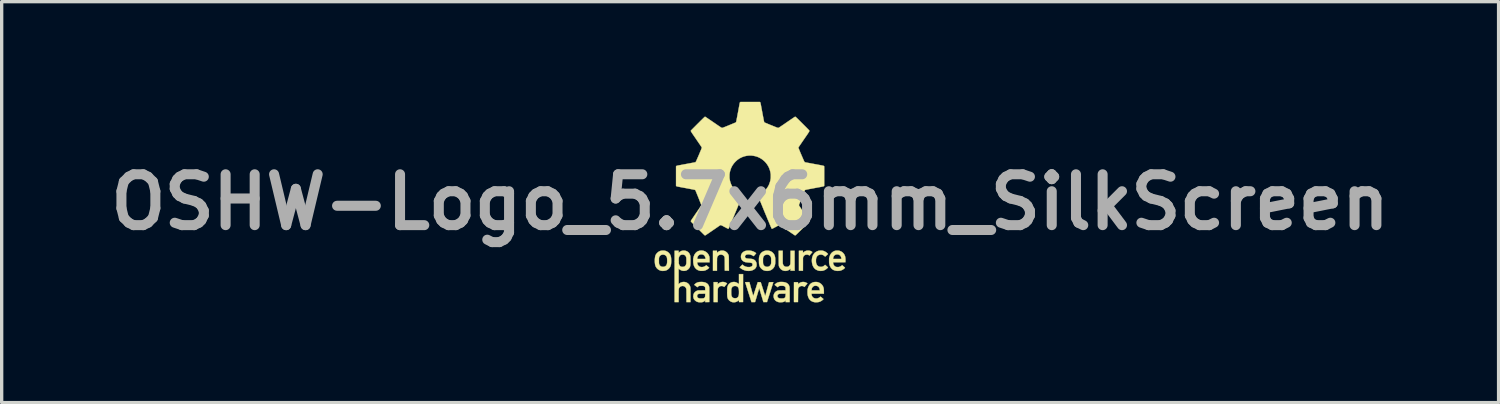
<source format=kicad_pcb>
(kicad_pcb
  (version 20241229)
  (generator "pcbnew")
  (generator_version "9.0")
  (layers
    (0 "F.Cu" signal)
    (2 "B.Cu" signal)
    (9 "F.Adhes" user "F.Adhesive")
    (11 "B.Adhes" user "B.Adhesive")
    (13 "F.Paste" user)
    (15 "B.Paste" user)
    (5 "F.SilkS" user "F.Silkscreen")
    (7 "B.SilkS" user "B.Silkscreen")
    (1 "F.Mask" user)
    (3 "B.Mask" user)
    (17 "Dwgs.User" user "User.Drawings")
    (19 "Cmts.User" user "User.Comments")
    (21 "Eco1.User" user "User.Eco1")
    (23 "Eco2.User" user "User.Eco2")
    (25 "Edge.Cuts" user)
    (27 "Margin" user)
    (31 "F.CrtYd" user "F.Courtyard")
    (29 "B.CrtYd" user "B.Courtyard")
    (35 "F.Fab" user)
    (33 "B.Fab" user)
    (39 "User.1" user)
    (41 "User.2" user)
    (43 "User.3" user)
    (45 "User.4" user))
  (footprint "OSHW-Logo_5.7x6mm_SilkScreen"
    (layer "F.Cu")
    (at 19.42 3.005)
    (property "Reference" "OSHW-Logo_5.7x6mm_SilkScreen" (at 0 0 0) (layer "F.Fab") (effects (font (size 1.524 1.524) (thickness 0.3))))
    (attr through_hole)
    (fp_poly (pts (xy 1.78 1.455) (xy 1.811 1.464) (xy 1.828 1.472) (xy 1.839 1.478) (xy 1.849 1.484) (xy 1.856 1.489) (xy 1.856 1.489) (xy 1.864 1.496) (xy 1.859 1.503) (xy 1.855 1.508) (xy 1.848 1.516) (xy 1.839 1.527) (xy 1.828 1.54) (xy 1.817 1.554) (xy 1.815 1.555) (xy 1.778 1.6) (xy 1.769 1.594) (xy 1.751 1.583) (xy 1.736 1.577) (xy 1.72 1.573) (xy 1.702 1.572) (xy 1.699 1.572) (xy 1.672 1.574) (xy 1.648 1.581) (xy 1.628 1.593) (xy 1.611 1.609) (xy 1.597 1.63) (xy 1.59 1.647) (xy 1.583 1.666) (xy 1.583 1.86) (xy 1.582 2.054) (xy 1.462 2.054) (xy 1.462 1.456) (xy 1.582 1.456) (xy 1.582 1.521) (xy 1.602 1.502) (xy 1.627 1.482) (xy 1.655 1.467) (xy 1.685 1.457) (xy 1.717 1.451) (xy 1.749 1.451) (xy 1.78 1.455)) (stroke (width 0.01) (type solid)) (fill yes) (layer "F.SilkS"))
    (fp_poly (pts (xy -0.773 2.395) (xy -0.743 2.405) (xy -0.727 2.412) (xy -0.716 2.419) (xy -0.706 2.425) (xy -0.699 2.43) (xy -0.699 2.43) (xy -0.69 2.437) (xy -0.777 2.54) (xy -0.786 2.534) (xy -0.804 2.524) (xy -0.819 2.517) (xy -0.835 2.513) (xy -0.854 2.512) (xy -0.873 2.513) (xy -0.888 2.515) (xy -0.902 2.52) (xy -0.916 2.527) (xy -0.92 2.529) (xy -0.937 2.543) (xy -0.952 2.561) (xy -0.963 2.583) (xy -0.965 2.587) (xy -0.966 2.591) (xy -0.967 2.595) (xy -0.968 2.599) (xy -0.969 2.604) (xy -0.969 2.61) (xy -0.97 2.619) (xy -0.97 2.629) (xy -0.971 2.642) (xy -0.971 2.659) (xy -0.971 2.679) (xy -0.971 2.703) (xy -0.972 2.732) (xy -0.972 2.765) (xy -0.972 2.8) (xy -0.973 2.994) (xy -1.093 2.994) (xy -1.093 2.396) (xy -0.973 2.396) (xy -0.973 2.462) (xy -0.952 2.442) (xy -0.927 2.423) (xy -0.899 2.407) (xy -0.869 2.397) (xy -0.837 2.391) (xy -0.805 2.391) (xy -0.773 2.395)) (stroke (width 0.01) (type solid)) (fill yes) (layer "F.SilkS"))
    (fp_poly (pts (xy 1.631 2.395) (xy 1.661 2.404) (xy 1.69 2.418) (xy 1.703 2.426) (xy 1.716 2.436) (xy 1.68 2.48) (xy 1.668 2.494) (xy 1.657 2.507) (xy 1.647 2.518) (xy 1.64 2.527) (xy 1.636 2.532) (xy 1.636 2.532) (xy 1.629 2.54) (xy 1.612 2.53) (xy 1.588 2.518) (xy 1.563 2.512) (xy 1.537 2.512) (xy 1.511 2.517) (xy 1.504 2.52) (xy 1.487 2.529) (xy 1.471 2.542) (xy 1.457 2.558) (xy 1.446 2.575) (xy 1.444 2.58) (xy 1.437 2.597) (xy 1.434 2.993) (xy 1.375 2.993) (xy 1.353 2.994) (xy 1.338 2.994) (xy 1.326 2.993) (xy 1.319 2.993) (xy 1.315 2.991) (xy 1.314 2.99) (xy 1.314 2.987) (xy 1.313 2.978) (xy 1.313 2.964) (xy 1.313 2.946) (xy 1.313 2.923) (xy 1.313 2.896) (xy 1.313 2.866) (xy 1.313 2.833) (xy 1.313 2.797) (xy 1.313 2.759) (xy 1.313 2.718) (xy 1.313 2.692) (xy 1.314 2.398) (xy 1.434 2.398) (xy 1.435 2.429) (xy 1.436 2.459) (xy 1.455 2.441) (xy 1.48 2.422) (xy 1.507 2.407) (xy 1.537 2.397) (xy 1.568 2.392) (xy 1.599 2.391) (xy 1.631 2.395)) (stroke (width 0.01) (type solid)) (fill yes) (layer "F.SilkS"))
    (fp_poly (pts (xy 0.976 1.638) (xy 0.976 1.676) (xy 0.976 1.711) (xy 0.976 1.743) (xy 0.976 1.771) (xy 0.977 1.794) (xy 0.977 1.814) (xy 0.978 1.828) (xy 0.978 1.838) (xy 0.979 1.84) (xy 0.985 1.864) (xy 0.996 1.886) (xy 1.011 1.906) (xy 1.029 1.921) (xy 1.048 1.931) (xy 1.065 1.936) (xy 1.086 1.938) (xy 1.107 1.938) (xy 1.127 1.935) (xy 1.14 1.931) (xy 1.16 1.92) (xy 1.178 1.904) (xy 1.193 1.884) (xy 1.204 1.861) (xy 1.205 1.86) (xy 1.206 1.855) (xy 1.206 1.846) (xy 1.207 1.832) (xy 1.208 1.814) (xy 1.208 1.79) (xy 1.209 1.761) (xy 1.209 1.727) (xy 1.21 1.687) (xy 1.21 1.654) (xy 1.211 1.457) (xy 1.332 1.457) (xy 1.332 1.756) (xy 1.333 2.054) (xy 1.211 2.052) (xy 1.211 2.022) (xy 1.21 1.992) (xy 1.19 2.01) (xy 1.169 2.026) (xy 1.145 2.04) (xy 1.119 2.051) (xy 1.103 2.055) (xy 1.085 2.058) (xy 1.065 2.059) (xy 1.044 2.059) (xy 1.024 2.057) (xy 1.01 2.055) (xy 0.979 2.044) (xy 0.949 2.029) (xy 0.923 2.009) (xy 0.9 1.985) (xy 0.882 1.958) (xy 0.877 1.95) (xy 0.874 1.942) (xy 0.871 1.936) (xy 0.868 1.929) (xy 0.865 1.923) (xy 0.863 1.916) (xy 0.862 1.909) (xy 0.86 1.899) (xy 0.859 1.888) (xy 0.858 1.875) (xy 0.858 1.859) (xy 0.857 1.84) (xy 0.857 1.817) (xy 0.857 1.79) (xy 0.857 1.759) (xy 0.856 1.723) (xy 0.856 1.681) (xy 0.856 1.675) (xy 0.855 1.456) (xy 0.976 1.456) (xy 0.976 1.638)) (stroke (width 0.01) (type solid)) (fill yes) (layer "F.SilkS"))
    (fp_poly (pts (xy -0.792 1.455) (xy -0.765 1.464) (xy -0.736 1.478) (xy -0.71 1.496) (xy -0.687 1.518) (xy -0.668 1.543) (xy -0.659 1.56) (xy -0.655 1.568) (xy -0.652 1.575) (xy -0.649 1.582) (xy -0.646 1.589) (xy -0.644 1.596) (xy -0.643 1.604) (xy -0.641 1.614) (xy -0.64 1.625) (xy -0.639 1.639) (xy -0.638 1.655) (xy -0.638 1.675) (xy -0.637 1.698) (xy -0.637 1.725) (xy -0.637 1.757) (xy -0.637 1.794) (xy -0.637 1.836) (xy -0.637 1.838) (xy -0.635 2.054) (xy -0.696 2.053) (xy -0.757 2.052) (xy -0.759 1.856) (xy -0.759 1.816) (xy -0.759 1.782) (xy -0.76 1.753) (xy -0.76 1.729) (xy -0.76 1.708) (xy -0.761 1.691) (xy -0.762 1.677) (xy -0.762 1.666) (xy -0.763 1.657) (xy -0.765 1.649) (xy -0.767 1.643) (xy -0.769 1.638) (xy -0.771 1.633) (xy -0.774 1.628) (xy -0.777 1.623) (xy -0.778 1.621) (xy -0.791 1.604) (xy -0.808 1.59) (xy -0.829 1.58) (xy -0.852 1.573) (xy -0.876 1.571) (xy -0.887 1.571) (xy -0.91 1.576) (xy -0.93 1.584) (xy -0.949 1.596) (xy -0.957 1.604) (xy -0.971 1.62) (xy -0.981 1.638) (xy -0.988 1.659) (xy -0.99 1.673) (xy -0.991 1.679) (xy -0.991 1.69) (xy -0.992 1.705) (xy -0.992 1.725) (xy -0.992 1.749) (xy -0.993 1.776) (xy -0.993 1.805) (xy -0.993 1.836) (xy -0.993 1.869) (xy -0.993 1.871) (xy -0.993 2.054) (xy -1.113 2.054) (xy -1.113 1.456) (xy -0.993 1.456) (xy -0.993 1.521) (xy -0.973 1.502) (xy -0.948 1.482) (xy -0.92 1.467) (xy -0.889 1.457) (xy -0.857 1.451) (xy -0.825 1.451) (xy -0.792 1.455)) (stroke (width 0.01) (type solid)) (fill yes) (layer "F.SilkS"))
    (fp_poly (pts (xy 2.137 1.452) (xy 2.151 1.452) (xy 2.162 1.453) (xy 2.171 1.454) (xy 2.18 1.456) (xy 2.19 1.459) (xy 2.192 1.46) (xy 2.23 1.474) (xy 2.266 1.494) (xy 2.27 1.497) (xy 2.279 1.503) (xy 2.289 1.511) (xy 2.3 1.521) (xy 2.311 1.53) (xy 2.32 1.539) (xy 2.327 1.547) (xy 2.331 1.552) (xy 2.332 1.554) (xy 2.33 1.557) (xy 2.324 1.563) (xy 2.315 1.571) (xy 2.303 1.582) (xy 2.29 1.594) (xy 2.289 1.595) (xy 2.247 1.632) (xy 2.228 1.615) (xy 2.203 1.595) (xy 2.176 1.582) (xy 2.148 1.573) (xy 2.118 1.571) (xy 2.088 1.574) (xy 2.069 1.579) (xy 2.043 1.589) (xy 2.022 1.605) (xy 2.004 1.624) (xy 1.99 1.648) (xy 1.98 1.677) (xy 1.976 1.693) (xy 1.974 1.708) (xy 1.972 1.727) (xy 1.972 1.748) (xy 1.972 1.77) (xy 1.973 1.792) (xy 1.975 1.811) (xy 1.978 1.827) (xy 1.979 1.832) (xy 1.99 1.861) (xy 2.004 1.886) (xy 2.022 1.906) (xy 2.044 1.921) (xy 2.069 1.932) (xy 2.082 1.935) (xy 2.114 1.939) (xy 2.143 1.938) (xy 2.171 1.931) (xy 2.198 1.918) (xy 2.222 1.9) (xy 2.226 1.896) (xy 2.246 1.878) (xy 2.289 1.916) (xy 2.302 1.928) (xy 2.314 1.939) (xy 2.323 1.948) (xy 2.329 1.954) (xy 2.332 1.957) (xy 2.332 1.957) (xy 2.33 1.96) (xy 2.325 1.966) (xy 2.317 1.974) (xy 2.312 1.979) (xy 2.283 2.004) (xy 2.251 2.025) (xy 2.218 2.041) (xy 2.183 2.053) (xy 2.173 2.055) (xy 2.16 2.057) (xy 2.142 2.058) (xy 2.123 2.059) (xy 2.104 2.059) (xy 2.087 2.058) (xy 2.076 2.057) (xy 2.043 2.051) (xy 2.012 2.039) (xy 1.981 2.025) (xy 1.953 2.007) (xy 1.93 1.986) (xy 1.92 1.976) (xy 1.899 1.946) (xy 1.881 1.913) (xy 1.867 1.875) (xy 1.857 1.835) (xy 1.851 1.793) (xy 1.849 1.749) (xy 1.851 1.712) (xy 1.856 1.677) (xy 1.863 1.645) (xy 1.873 1.616) (xy 1.885 1.589) (xy 1.903 1.557) (xy 1.925 1.53) (xy 1.949 1.507) (xy 1.978 1.488) (xy 1.994 1.479) (xy 2.014 1.47) (xy 2.032 1.463) (xy 2.05 1.458) (xy 2.068 1.454) (xy 2.089 1.453) (xy 2.114 1.452) (xy 2.118 1.452) (xy 2.137 1.452)) (stroke (width 0.01) (type solid)) (fill yes) (layer "F.SilkS"))
    (fp_poly (pts (xy -1.422 1.453) (xy -1.386 1.461) (xy -1.353 1.474) (xy -1.322 1.492) (xy -1.294 1.514) (xy -1.269 1.54) (xy -1.249 1.569) (xy -1.234 1.6) (xy -1.228 1.615) (xy -1.224 1.629) (xy -1.221 1.643) (xy -1.218 1.659) (xy -1.217 1.677) (xy -1.216 1.698) (xy -1.216 1.724) (xy -1.216 1.734) (xy -1.216 1.802) (xy -1.586 1.802) (xy -1.584 1.822) (xy -1.579 1.852) (xy -1.569 1.877) (xy -1.555 1.899) (xy -1.537 1.917) (xy -1.515 1.931) (xy -1.489 1.94) (xy -1.46 1.945) (xy -1.446 1.945) (xy -1.414 1.942) (xy -1.383 1.934) (xy -1.353 1.92) (xy -1.329 1.903) (xy -1.313 1.89) (xy -1.271 1.925) (xy -1.258 1.936) (xy -1.246 1.946) (xy -1.237 1.954) (xy -1.23 1.959) (xy -1.228 1.962) (xy -1.228 1.962) (xy -1.228 1.965) (xy -1.233 1.971) (xy -1.24 1.979) (xy -1.25 1.988) (xy -1.262 1.998) (xy -1.263 1.999) (xy -1.296 2.022) (xy -1.332 2.04) (xy -1.361 2.049) (xy -1.372 2.053) (xy -1.382 2.055) (xy -1.393 2.056) (xy -1.406 2.057) (xy -1.422 2.058) (xy -1.434 2.058) (xy -1.451 2.058) (xy -1.466 2.058) (xy -1.479 2.058) (xy -1.487 2.058) (xy -1.49 2.058) (xy -1.529 2.049) (xy -1.564 2.036) (xy -1.596 2.018) (xy -1.623 1.996) (xy -1.647 1.969) (xy -1.667 1.939) (xy -1.683 1.904) (xy -1.694 1.865) (xy -1.7 1.833) (xy -1.703 1.812) (xy -1.704 1.788) (xy -1.705 1.761) (xy -1.705 1.735) (xy -1.704 1.71) (xy -1.703 1.702) (xy -1.586 1.702) (xy -1.335 1.702) (xy -1.337 1.683) (xy -1.342 1.656) (xy -1.352 1.631) (xy -1.365 1.609) (xy -1.382 1.591) (xy -1.402 1.577) (xy -1.411 1.573) (xy -1.421 1.57) (xy -1.43 1.568) (xy -1.44 1.566) (xy -1.455 1.566) (xy -1.46 1.566) (xy -1.476 1.566) (xy -1.488 1.567) (xy -1.497 1.569) (xy -1.506 1.572) (xy -1.509 1.573) (xy -1.53 1.584) (xy -1.549 1.6) (xy -1.564 1.621) (xy -1.575 1.644) (xy -1.582 1.671) (xy -1.584 1.683) (xy -1.586 1.702) (xy -1.703 1.702) (xy -1.702 1.688) (xy -1.701 1.682) (xy -1.692 1.639) (xy -1.679 1.601) (xy -1.663 1.566) (xy -1.642 1.536) (xy -1.619 1.51) (xy -1.592 1.488) (xy -1.561 1.471) (xy -1.528 1.459) (xy -1.492 1.452) (xy -1.459 1.45) (xy -1.422 1.453)) (stroke (width 0.01) (type solid)) (fill yes) (layer "F.SilkS"))
    (fp_poly (pts (xy 2.639 1.452) (xy 2.662 1.455) (xy 2.676 1.458) (xy 2.712 1.472) (xy 2.745 1.489) (xy 2.774 1.511) (xy 2.799 1.538) (xy 2.82 1.567) (xy 2.836 1.601) (xy 2.842 1.617) (xy 2.848 1.639) (xy 2.852 1.665) (xy 2.855 1.693) (xy 2.856 1.726) (xy 2.856 1.75) (xy 2.855 1.8) (xy 2.484 1.802) (xy 2.486 1.822) (xy 2.49 1.848) (xy 2.499 1.872) (xy 2.512 1.894) (xy 2.527 1.912) (xy 2.539 1.921) (xy 2.556 1.932) (xy 2.574 1.939) (xy 2.593 1.943) (xy 2.616 1.945) (xy 2.648 1.944) (xy 2.677 1.938) (xy 2.704 1.927) (xy 2.73 1.911) (xy 2.739 1.904) (xy 2.757 1.889) (xy 2.799 1.925) (xy 2.812 1.937) (xy 2.823 1.947) (xy 2.833 1.955) (xy 2.839 1.961) (xy 2.841 1.964) (xy 2.839 1.968) (xy 2.834 1.974) (xy 2.826 1.983) (xy 2.815 1.992) (xy 2.804 2.001) (xy 2.793 2.01) (xy 2.788 2.013) (xy 2.762 2.029) (xy 2.732 2.042) (xy 2.706 2.051) (xy 2.686 2.055) (xy 2.662 2.057) (xy 2.636 2.059) (xy 2.61 2.059) (xy 2.586 2.057) (xy 2.564 2.054) (xy 2.561 2.053) (xy 2.523 2.043) (xy 2.49 2.028) (xy 2.461 2.009) (xy 2.435 1.985) (xy 2.414 1.957) (xy 2.396 1.925) (xy 2.381 1.888) (xy 2.373 1.854) (xy 2.37 1.843) (xy 2.369 1.833) (xy 2.367 1.822) (xy 2.367 1.81) (xy 2.366 1.795) (xy 2.366 1.776) (xy 2.366 1.758) (xy 2.366 1.733) (xy 2.366 1.714) (xy 2.367 1.702) (xy 2.484 1.702) (xy 2.733 1.702) (xy 2.733 1.691) (xy 2.732 1.677) (xy 2.728 1.659) (xy 2.723 1.642) (xy 2.717 1.629) (xy 2.703 1.606) (xy 2.685 1.589) (xy 2.664 1.576) (xy 2.639 1.568) (xy 2.612 1.565) (xy 2.609 1.564) (xy 2.581 1.567) (xy 2.557 1.575) (xy 2.535 1.587) (xy 2.517 1.604) (xy 2.503 1.625) (xy 2.493 1.651) (xy 2.489 1.666) (xy 2.487 1.677) (xy 2.485 1.687) (xy 2.484 1.694) (xy 2.484 1.702) (xy 2.367 1.702) (xy 2.367 1.698) (xy 2.368 1.685) (xy 2.37 1.673) (xy 2.371 1.666) (xy 2.382 1.624) (xy 2.396 1.586) (xy 2.415 1.553) (xy 2.437 1.524) (xy 2.463 1.5) (xy 2.492 1.48) (xy 2.525 1.465) (xy 2.544 1.458) (xy 2.564 1.454) (xy 2.588 1.452) (xy 2.614 1.451) (xy 2.639 1.452)) (stroke (width 0.01) (type solid)) (fill yes) (layer "F.SilkS"))
    (fp_poly (pts (xy -0.212 2.574) (xy -0.212 2.993) (xy -0.333 2.993) (xy -0.333 2.964) (xy -0.334 2.935) (xy -0.354 2.951) (xy -0.383 2.971) (xy -0.414 2.986) (xy -0.447 2.996) (xy -0.481 3) (xy -0.515 2.998) (xy -0.533 2.995) (xy -0.562 2.986) (xy -0.59 2.972) (xy -0.615 2.954) (xy -0.637 2.933) (xy -0.641 2.928) (xy -0.654 2.91) (xy -0.665 2.893) (xy -0.672 2.875) (xy -0.678 2.855) (xy -0.683 2.831) (xy -0.683 2.829) (xy -0.684 2.818) (xy -0.685 2.802) (xy -0.686 2.783) (xy -0.687 2.76) (xy -0.687 2.735) (xy -0.687 2.709) (xy -0.687 2.695) (xy -0.566 2.695) (xy -0.566 2.72) (xy -0.566 2.74) (xy -0.565 2.756) (xy -0.564 2.768) (xy -0.563 2.779) (xy -0.562 2.786) (xy -0.554 2.813) (xy -0.543 2.836) (xy -0.529 2.853) (xy -0.511 2.866) (xy -0.491 2.874) (xy -0.466 2.878) (xy -0.444 2.879) (xy -0.43 2.877) (xy -0.416 2.875) (xy -0.405 2.873) (xy -0.403 2.872) (xy -0.388 2.865) (xy -0.373 2.853) (xy -0.361 2.838) (xy -0.351 2.822) (xy -0.349 2.817) (xy -0.344 2.802) (xy -0.34 2.787) (xy -0.337 2.77) (xy -0.335 2.75) (xy -0.334 2.726) (xy -0.334 2.698) (xy -0.334 2.696) (xy -0.334 2.665) (xy -0.336 2.639) (xy -0.338 2.617) (xy -0.341 2.599) (xy -0.346 2.583) (xy -0.351 2.568) (xy -0.352 2.568) (xy -0.362 2.551) (xy -0.376 2.536) (xy -0.391 2.524) (xy -0.404 2.518) (xy -0.422 2.514) (xy -0.443 2.511) (xy -0.465 2.512) (xy -0.478 2.513) (xy -0.502 2.52) (xy -0.521 2.531) (xy -0.536 2.545) (xy -0.548 2.564) (xy -0.549 2.567) (xy -0.554 2.579) (xy -0.559 2.591) (xy -0.562 2.604) (xy -0.564 2.619) (xy -0.565 2.637) (xy -0.566 2.658) (xy -0.566 2.684) (xy -0.566 2.695) (xy -0.687 2.695) (xy -0.687 2.682) (xy -0.687 2.655) (xy -0.686 2.63) (xy -0.686 2.608) (xy -0.685 2.588) (xy -0.684 2.572) (xy -0.683 2.562) (xy -0.676 2.53) (xy -0.666 2.502) (xy -0.653 2.477) (xy -0.635 2.454) (xy -0.612 2.434) (xy -0.611 2.433) (xy -0.583 2.414) (xy -0.554 2.401) (xy -0.521 2.394) (xy -0.487 2.391) (xy -0.478 2.391) (xy -0.446 2.395) (xy -0.416 2.404) (xy -0.388 2.418) (xy -0.359 2.437) (xy -0.349 2.445) (xy -0.334 2.458) (xy -0.334 2.156) (xy -0.211 2.156) (xy -0.212 2.574)) (stroke (width 0.01) (type solid)) (fill yes) (layer "F.SilkS"))
    (fp_poly (pts (xy 1.984 2.392) (xy 2.006 2.394) (xy 2.025 2.397) (xy 2.026 2.398) (xy 2.061 2.41) (xy 2.094 2.427) (xy 2.123 2.448) (xy 2.149 2.473) (xy 2.171 2.502) (xy 2.188 2.534) (xy 2.191 2.543) (xy 2.197 2.559) (xy 2.201 2.576) (xy 2.205 2.593) (xy 2.207 2.613) (xy 2.208 2.636) (xy 2.209 2.663) (xy 2.209 2.68) (xy 2.209 2.742) (xy 1.84 2.742) (xy 1.84 2.756) (xy 1.841 2.772) (xy 1.845 2.791) (xy 1.851 2.809) (xy 1.855 2.818) (xy 1.863 2.83) (xy 1.874 2.844) (xy 1.887 2.856) (xy 1.9 2.866) (xy 1.908 2.871) (xy 1.932 2.88) (xy 1.959 2.885) (xy 1.987 2.886) (xy 2.014 2.883) (xy 2.02 2.881) (xy 2.039 2.875) (xy 2.059 2.866) (xy 2.078 2.855) (xy 2.094 2.844) (xy 2.095 2.842) (xy 2.103 2.835) (xy 2.108 2.832) (xy 2.112 2.832) (xy 2.115 2.833) (xy 2.118 2.837) (xy 2.126 2.843) (xy 2.136 2.851) (xy 2.148 2.862) (xy 2.159 2.871) (xy 2.198 2.904) (xy 2.184 2.918) (xy 2.156 2.943) (xy 2.124 2.964) (xy 2.09 2.981) (xy 2.058 2.991) (xy 2.044 2.994) (xy 2.026 2.996) (xy 2.006 2.998) (xy 1.984 2.999) (xy 1.964 2.999) (xy 1.945 2.999) (xy 1.932 2.997) (xy 1.893 2.988) (xy 1.858 2.975) (xy 1.827 2.958) (xy 1.8 2.936) (xy 1.776 2.909) (xy 1.757 2.879) (xy 1.741 2.843) (xy 1.729 2.804) (xy 1.724 2.779) (xy 1.721 2.761) (xy 1.72 2.739) (xy 1.719 2.715) (xy 1.719 2.689) (xy 1.719 2.663) (xy 1.72 2.643) (xy 1.84 2.643) (xy 2.089 2.643) (xy 2.087 2.627) (xy 2.081 2.596) (xy 2.071 2.57) (xy 2.058 2.548) (xy 2.041 2.53) (xy 2.02 2.517) (xy 1.996 2.509) (xy 1.969 2.505) (xy 1.956 2.505) (xy 1.941 2.506) (xy 1.93 2.508) (xy 1.92 2.511) (xy 1.909 2.516) (xy 1.895 2.524) (xy 1.882 2.533) (xy 1.877 2.538) (xy 1.863 2.556) (xy 1.851 2.578) (xy 1.843 2.601) (xy 1.84 2.624) (xy 1.84 2.629) (xy 1.84 2.643) (xy 1.72 2.643) (xy 1.721 2.64) (xy 1.723 2.62) (xy 1.724 2.616) (xy 1.733 2.573) (xy 1.747 2.535) (xy 1.764 2.501) (xy 1.785 2.471) (xy 1.81 2.445) (xy 1.839 2.424) (xy 1.871 2.408) (xy 1.897 2.399) (xy 1.915 2.395) (xy 1.937 2.393) (xy 1.96 2.392) (xy 1.984 2.392)) (stroke (width 0.01) (type solid)) (fill yes) (layer "F.SilkS"))
    (fp_poly (pts (xy -2.596 1.451) (xy -2.57 1.453) (xy -2.549 1.457) (xy -2.529 1.462) (xy -2.51 1.469) (xy -2.498 1.475) (xy -2.466 1.494) (xy -2.438 1.517) (xy -2.414 1.544) (xy -2.394 1.575) (xy -2.394 1.576) (xy -2.385 1.595) (xy -2.378 1.615) (xy -2.373 1.637) (xy -2.369 1.661) (xy -2.366 1.689) (xy -2.365 1.721) (xy -2.364 1.754) (xy -2.365 1.795) (xy -2.367 1.832) (xy -2.371 1.864) (xy -2.377 1.892) (xy -2.386 1.917) (xy -2.396 1.94) (xy -2.41 1.961) (xy -2.426 1.98) (xy -2.437 1.992) (xy -2.465 2.016) (xy -2.495 2.035) (xy -2.528 2.048) (xy -2.557 2.055) (xy -2.569 2.057) (xy -2.586 2.058) (xy -2.605 2.059) (xy -2.623 2.059) (xy -2.64 2.059) (xy -2.653 2.057) (xy -2.686 2.05) (xy -2.718 2.037) (xy -2.748 2.02) (xy -2.775 1.999) (xy -2.799 1.974) (xy -2.818 1.946) (xy -2.834 1.916) (xy -2.841 1.892) (xy -2.847 1.867) (xy -2.851 1.837) (xy -2.854 1.804) (xy -2.855 1.769) (xy -2.855 1.752) (xy -2.732 1.752) (xy -2.732 1.777) (xy -2.732 1.796) (xy -2.731 1.812) (xy -2.731 1.824) (xy -2.73 1.834) (xy -2.729 1.841) (xy -2.727 1.848) (xy -2.726 1.852) (xy -2.717 1.878) (xy -2.703 1.899) (xy -2.685 1.916) (xy -2.664 1.928) (xy -2.64 1.936) (xy -2.613 1.938) (xy -2.604 1.938) (xy -2.581 1.936) (xy -2.563 1.931) (xy -2.544 1.922) (xy -2.528 1.911) (xy -2.514 1.897) (xy -2.504 1.881) (xy -2.496 1.861) (xy -2.49 1.837) (xy -2.486 1.809) (xy -2.485 1.776) (xy -2.485 1.738) (xy -2.485 1.734) (xy -2.486 1.709) (xy -2.488 1.689) (xy -2.49 1.672) (xy -2.493 1.658) (xy -2.497 1.646) (xy -2.501 1.634) (xy -2.502 1.634) (xy -2.514 1.614) (xy -2.531 1.598) (xy -2.55 1.585) (xy -2.572 1.577) (xy -2.594 1.572) (xy -2.618 1.571) (xy -2.641 1.575) (xy -2.663 1.582) (xy -2.683 1.593) (xy -2.701 1.609) (xy -2.712 1.624) (xy -2.716 1.632) (xy -2.722 1.644) (xy -2.725 1.653) (xy -2.727 1.659) (xy -2.729 1.664) (xy -2.73 1.67) (xy -2.731 1.678) (xy -2.731 1.688) (xy -2.732 1.701) (xy -2.732 1.717) (xy -2.732 1.738) (xy -2.732 1.752) (xy -2.855 1.752) (xy -2.855 1.733) (xy -2.854 1.701) (xy -2.85 1.667) (xy -2.846 1.637) (xy -2.84 1.611) (xy -2.832 1.588) (xy -2.821 1.568) (xy -2.808 1.548) (xy -2.791 1.529) (xy -2.783 1.52) (xy -2.756 1.496) (xy -2.727 1.477) (xy -2.695 1.463) (xy -2.662 1.455) (xy -2.625 1.451) (xy -2.596 1.451)) (stroke (width 0.01) (type solid)) (fill yes) (layer "F.SilkS"))
    (fp_poly (pts (xy 0.555 1.454) (xy 0.59 1.463) (xy 0.623 1.476) (xy 0.653 1.494) (xy 0.663 1.501) (xy 0.677 1.514) (xy 0.692 1.53) (xy 0.706 1.547) (xy 0.718 1.564) (xy 0.723 1.573) (xy 0.731 1.591) (xy 0.739 1.613) (xy 0.745 1.637) (xy 0.749 1.662) (xy 0.75 1.666) (xy 0.751 1.679) (xy 0.752 1.698) (xy 0.752 1.719) (xy 0.753 1.743) (xy 0.753 1.767) (xy 0.753 1.79) (xy 0.752 1.812) (xy 0.751 1.83) (xy 0.75 1.843) (xy 0.744 1.879) (xy 0.734 1.911) (xy 0.722 1.939) (xy 0.705 1.965) (xy 0.684 1.989) (xy 0.674 1.998) (xy 0.648 2.02) (xy 0.62 2.036) (xy 0.59 2.048) (xy 0.56 2.055) (xy 0.543 2.058) (xy 0.522 2.059) (xy 0.5 2.059) (xy 0.479 2.058) (xy 0.461 2.056) (xy 0.454 2.055) (xy 0.421 2.046) (xy 0.392 2.034) (xy 0.366 2.017) (xy 0.34 1.995) (xy 0.334 1.989) (xy 0.313 1.966) (xy 0.297 1.942) (xy 0.284 1.917) (xy 0.275 1.889) (xy 0.271 1.871) (xy 0.269 1.86) (xy 0.267 1.844) (xy 0.266 1.824) (xy 0.265 1.802) (xy 0.265 1.778) (xy 0.264 1.754) (xy 0.264 1.753) (xy 0.385 1.753) (xy 0.385 1.78) (xy 0.386 1.802) (xy 0.386 1.819) (xy 0.388 1.833) (xy 0.389 1.845) (xy 0.392 1.855) (xy 0.395 1.864) (xy 0.399 1.873) (xy 0.4 1.876) (xy 0.414 1.897) (xy 0.432 1.914) (xy 0.452 1.927) (xy 0.476 1.935) (xy 0.501 1.939) (xy 0.528 1.938) (xy 0.537 1.936) (xy 0.562 1.928) (xy 0.583 1.915) (xy 0.601 1.898) (xy 0.615 1.878) (xy 0.619 1.869) (xy 0.623 1.86) (xy 0.626 1.85) (xy 0.628 1.84) (xy 0.63 1.827) (xy 0.631 1.811) (xy 0.631 1.792) (xy 0.631 1.768) (xy 0.631 1.753) (xy 0.631 1.727) (xy 0.631 1.706) (xy 0.63 1.689) (xy 0.629 1.675) (xy 0.627 1.664) (xy 0.625 1.654) (xy 0.621 1.644) (xy 0.617 1.635) (xy 0.615 1.631) (xy 0.602 1.612) (xy 0.585 1.596) (xy 0.564 1.584) (xy 0.541 1.575) (xy 0.517 1.571) (xy 0.492 1.572) (xy 0.488 1.573) (xy 0.462 1.58) (xy 0.439 1.591) (xy 0.42 1.606) (xy 0.405 1.625) (xy 0.394 1.65) (xy 0.391 1.66) (xy 0.389 1.666) (xy 0.388 1.673) (xy 0.387 1.681) (xy 0.386 1.691) (xy 0.386 1.705) (xy 0.385 1.722) (xy 0.385 1.745) (xy 0.385 1.753) (xy 0.264 1.753) (xy 0.264 1.73) (xy 0.264 1.708) (xy 0.265 1.689) (xy 0.266 1.674) (xy 0.266 1.67) (xy 0.273 1.63) (xy 0.285 1.594) (xy 0.301 1.562) (xy 0.321 1.533) (xy 0.346 1.508) (xy 0.354 1.501) (xy 0.383 1.482) (xy 0.415 1.467) (xy 0.449 1.457) (xy 0.484 1.451) (xy 0.52 1.451) (xy 0.555 1.454)) (stroke (width 0.01) (type solid)) (fill yes) (layer "F.SilkS"))
    (fp_poly (pts (xy -1.442 2.391) (xy -1.419 2.393) (xy -1.412 2.393) (xy -1.373 2.4) (xy -1.339 2.41) (xy -1.309 2.424) (xy -1.284 2.441) (xy -1.263 2.462) (xy -1.246 2.486) (xy -1.234 2.515) (xy -1.228 2.534) (xy -1.227 2.538) (xy -1.227 2.543) (xy -1.226 2.549) (xy -1.225 2.557) (xy -1.225 2.566) (xy -1.224 2.577) (xy -1.224 2.591) (xy -1.224 2.607) (xy -1.223 2.628) (xy -1.223 2.652) (xy -1.223 2.681) (xy -1.223 2.714) (xy -1.223 2.753) (xy -1.223 2.774) (xy -1.223 2.993) (xy -1.345 2.994) (xy -1.345 2.94) (xy -1.354 2.952) (xy -1.368 2.967) (xy -1.387 2.98) (xy -1.409 2.989) (xy -1.435 2.996) (xy -1.439 2.997) (xy -1.454 2.999) (xy -1.472 2.999) (xy -1.493 3) (xy -1.513 2.999) (xy -1.531 2.998) (xy -1.546 2.996) (xy -1.547 2.996) (xy -1.577 2.988) (xy -1.602 2.978) (xy -1.625 2.964) (xy -1.646 2.947) (xy -1.652 2.941) (xy -1.672 2.919) (xy -1.686 2.896) (xy -1.695 2.871) (xy -1.701 2.843) (xy -1.701 2.822) (xy -1.588 2.822) (xy -1.586 2.832) (xy -1.583 2.839) (xy -1.573 2.854) (xy -1.56 2.867) (xy -1.542 2.876) (xy -1.526 2.881) (xy -1.515 2.883) (xy -1.5 2.884) (xy -1.483 2.885) (xy -1.463 2.885) (xy -1.444 2.884) (xy -1.425 2.883) (xy -1.409 2.882) (xy -1.396 2.88) (xy -1.39 2.878) (xy -1.375 2.87) (xy -1.363 2.859) (xy -1.353 2.846) (xy -1.351 2.84) (xy -1.349 2.833) (xy -1.348 2.82) (xy -1.346 2.805) (xy -1.346 2.787) (xy -1.345 2.785) (xy -1.344 2.742) (xy -1.437 2.743) (xy -1.531 2.744) (xy -1.551 2.753) (xy -1.566 2.763) (xy -1.577 2.773) (xy -1.584 2.785) (xy -1.587 2.801) (xy -1.587 2.808) (xy -1.588 2.822) (xy -1.701 2.822) (xy -1.701 2.812) (xy -1.701 2.808) (xy -1.699 2.783) (xy -1.695 2.762) (xy -1.687 2.742) (xy -1.676 2.723) (xy -1.676 2.722) (xy -1.656 2.697) (xy -1.633 2.677) (xy -1.606 2.661) (xy -1.584 2.652) (xy -1.56 2.644) (xy -1.452 2.643) (xy -1.345 2.642) (xy -1.345 2.601) (xy -1.345 2.58) (xy -1.346 2.564) (xy -1.349 2.552) (xy -1.352 2.543) (xy -1.358 2.535) (xy -1.365 2.527) (xy -1.366 2.526) (xy -1.375 2.52) (xy -1.384 2.515) (xy -1.396 2.511) (xy -1.41 2.509) (xy -1.427 2.507) (xy -1.449 2.506) (xy -1.463 2.506) (xy -1.487 2.507) (xy -1.506 2.507) (xy -1.521 2.509) (xy -1.532 2.512) (xy -1.542 2.516) (xy -1.552 2.522) (xy -1.561 2.53) (xy -1.564 2.533) (xy -1.579 2.549) (xy -1.626 2.513) (xy -1.673 2.478) (xy -1.664 2.466) (xy -1.644 2.446) (xy -1.619 2.427) (xy -1.592 2.412) (xy -1.561 2.401) (xy -1.554 2.399) (xy -1.537 2.396) (xy -1.516 2.393) (xy -1.492 2.392) (xy -1.466 2.391) (xy -1.442 2.391)) (stroke (width 0.01) (type solid)) (fill yes) (layer "F.SilkS"))
    (fp_poly (pts (xy -0.019 1.452) (xy 0.026 1.457) (xy 0.068 1.468) (xy 0.108 1.484) (xy 0.145 1.504) (xy 0.173 1.525) (xy 0.181 1.532) (xy 0.145 1.574) (xy 0.133 1.588) (xy 0.123 1.599) (xy 0.115 1.609) (xy 0.109 1.615) (xy 0.107 1.617) (xy 0.107 1.617) (xy 0.104 1.616) (xy 0.097 1.612) (xy 0.087 1.606) (xy 0.081 1.603) (xy 0.047 1.585) (xy 0.014 1.573) (xy -0.021 1.566) (xy -0.054 1.564) (xy -0.082 1.566) (xy -0.105 1.571) (xy -0.124 1.579) (xy -0.138 1.59) (xy -0.148 1.605) (xy -0.153 1.622) (xy -0.154 1.633) (xy -0.154 1.64) (xy -0.152 1.648) (xy -0.15 1.653) (xy -0.145 1.662) (xy -0.139 1.669) (xy -0.131 1.675) (xy -0.121 1.68) (xy -0.108 1.684) (xy -0.091 1.688) (xy -0.069 1.69) (xy -0.043 1.693) (xy -0.019 1.695) (xy 0.009 1.697) (xy 0.033 1.699) (xy 0.052 1.702) (xy 0.069 1.705) (xy 0.083 1.709) (xy 0.096 1.714) (xy 0.109 1.72) (xy 0.112 1.722) (xy 0.137 1.738) (xy 0.157 1.758) (xy 0.173 1.782) (xy 0.185 1.809) (xy 0.192 1.84) (xy 0.194 1.871) (xy 0.194 1.894) (xy 0.191 1.914) (xy 0.185 1.932) (xy 0.177 1.952) (xy 0.176 1.953) (xy 0.161 1.977) (xy 0.14 1.999) (xy 0.115 2.017) (xy 0.085 2.033) (xy 0.053 2.046) (xy 0.016 2.054) (xy 0.011 2.055) (xy -0.009 2.058) (xy -0.033 2.059) (xy -0.058 2.059) (xy -0.082 2.058) (xy -0.104 2.057) (xy -0.116 2.055) (xy -0.159 2.044) (xy -0.2 2.029) (xy -0.24 2.009) (xy -0.277 1.984) (xy -0.298 1.967) (xy -0.314 1.953) (xy -0.273 1.913) (xy -0.261 1.9) (xy -0.249 1.889) (xy -0.24 1.88) (xy -0.233 1.875) (xy -0.23 1.872) (xy -0.23 1.872) (xy -0.226 1.874) (xy -0.22 1.879) (xy -0.218 1.881) (xy -0.207 1.89) (xy -0.193 1.901) (xy -0.177 1.911) (xy -0.16 1.921) (xy -0.146 1.927) (xy -0.119 1.936) (xy -0.091 1.942) (xy -0.059 1.945) (xy -0.045 1.945) (xy -0.013 1.944) (xy 0.013 1.939) (xy 0.035 1.931) (xy 0.052 1.919) (xy 0.063 1.907) (xy 0.068 1.899) (xy 0.071 1.891) (xy 0.072 1.879) (xy 0.073 1.875) (xy 0.072 1.858) (xy 0.069 1.844) (xy 0.061 1.834) (xy 0.052 1.827) (xy 0.045 1.823) (xy 0.039 1.82) (xy 0.031 1.818) (xy 0.022 1.816) (xy 0.01 1.814) (xy -0.005 1.812) (xy -0.024 1.81) (xy -0.048 1.808) (xy -0.054 1.808) (xy -0.075 1.806) (xy -0.095 1.803) (xy -0.114 1.801) (xy -0.13 1.799) (xy -0.142 1.797) (xy -0.145 1.796) (xy -0.177 1.785) (xy -0.204 1.77) (xy -0.227 1.751) (xy -0.246 1.729) (xy -0.261 1.704) (xy -0.27 1.676) (xy -0.275 1.646) (xy -0.274 1.614) (xy -0.271 1.592) (xy -0.264 1.567) (xy -0.253 1.545) (xy -0.237 1.524) (xy -0.226 1.511) (xy -0.203 1.492) (xy -0.179 1.477) (xy -0.151 1.465) (xy -0.12 1.457) (xy -0.085 1.452) (xy -0.066 1.451) (xy -0.019 1.452)) (stroke (width 0.01) (type solid)) (fill yes) (layer "F.SilkS"))
    (fp_poly (pts (xy 0.984 2.392) (xy 1.024 2.398) (xy 1.06 2.407) (xy 1.091 2.42) (xy 1.118 2.437) (xy 1.14 2.457) (xy 1.157 2.481) (xy 1.17 2.508) (xy 1.179 2.539) (xy 1.179 2.541) (xy 1.18 2.547) (xy 1.181 2.554) (xy 1.181 2.563) (xy 1.182 2.574) (xy 1.182 2.587) (xy 1.183 2.603) (xy 1.183 2.622) (xy 1.183 2.645) (xy 1.183 2.673) (xy 1.184 2.705) (xy 1.184 2.742) (xy 1.184 2.781) (xy 1.184 2.994) (xy 1.063 2.994) (xy 1.063 2.94) (xy 1.05 2.955) (xy 1.037 2.969) (xy 1.022 2.979) (xy 1.006 2.987) (xy 0.986 2.993) (xy 0.963 2.996) (xy 0.936 2.998) (xy 0.926 2.999) (xy 0.909 2.999) (xy 0.892 2.999) (xy 0.878 2.998) (xy 0.868 2.997) (xy 0.865 2.997) (xy 0.831 2.988) (xy 0.8 2.976) (xy 0.773 2.959) (xy 0.75 2.939) (xy 0.731 2.915) (xy 0.717 2.888) (xy 0.708 2.859) (xy 0.708 2.858) (xy 0.704 2.826) (xy 0.704 2.81) (xy 0.817 2.81) (xy 0.82 2.83) (xy 0.827 2.847) (xy 0.84 2.862) (xy 0.857 2.873) (xy 0.879 2.881) (xy 0.881 2.881) (xy 0.892 2.883) (xy 0.908 2.884) (xy 0.926 2.885) (xy 0.946 2.885) (xy 0.965 2.885) (xy 0.982 2.884) (xy 0.996 2.883) (xy 0.998 2.883) (xy 1.016 2.878) (xy 1.03 2.871) (xy 1.041 2.862) (xy 1.05 2.85) (xy 1.056 2.834) (xy 1.06 2.813) (xy 1.062 2.788) (xy 1.063 2.781) (xy 1.064 2.742) (xy 0.976 2.742) (xy 0.951 2.742) (xy 0.93 2.742) (xy 0.914 2.743) (xy 0.902 2.743) (xy 0.892 2.744) (xy 0.885 2.744) (xy 0.878 2.746) (xy 0.872 2.747) (xy 0.869 2.748) (xy 0.849 2.757) (xy 0.834 2.768) (xy 0.824 2.783) (xy 0.818 2.8) (xy 0.817 2.81) (xy 0.704 2.81) (xy 0.705 2.795) (xy 0.711 2.766) (xy 0.722 2.738) (xy 0.737 2.713) (xy 0.757 2.691) (xy 0.78 2.673) (xy 0.792 2.665) (xy 0.803 2.66) (xy 0.811 2.656) (xy 0.82 2.653) (xy 0.828 2.65) (xy 0.838 2.648) (xy 0.849 2.646) (xy 0.862 2.645) (xy 0.878 2.644) (xy 0.898 2.644) (xy 0.923 2.643) (xy 0.952 2.643) (xy 0.954 2.643) (xy 1.062 2.641) (xy 1.062 2.6) (xy 1.062 2.583) (xy 1.062 2.571) (xy 1.061 2.563) (xy 1.059 2.556) (xy 1.057 2.55) (xy 1.055 2.544) (xy 1.046 2.532) (xy 1.034 2.522) (xy 1.018 2.514) (xy 0.998 2.509) (xy 0.973 2.506) (xy 0.943 2.505) (xy 0.943 2.505) (xy 0.917 2.506) (xy 0.895 2.508) (xy 0.877 2.511) (xy 0.863 2.517) (xy 0.85 2.526) (xy 0.839 2.536) (xy 0.827 2.549) (xy 0.781 2.514) (xy 0.767 2.504) (xy 0.755 2.494) (xy 0.745 2.486) (xy 0.738 2.48) (xy 0.736 2.477) (xy 0.736 2.476) (xy 0.738 2.472) (xy 0.743 2.465) (xy 0.752 2.456) (xy 0.762 2.447) (xy 0.773 2.438) (xy 0.783 2.429) (xy 0.793 2.423) (xy 0.794 2.422) (xy 0.819 2.41) (xy 0.847 2.401) (xy 0.877 2.394) (xy 0.912 2.391) (xy 0.94 2.391) (xy 0.984 2.392)) (stroke (width 0.01) (type solid)) (fill yes) (layer "F.SilkS"))
    (fp_poly (pts (xy 0.035 2.604) (xy 0.045 2.638) (xy 0.053 2.67) (xy 0.062 2.7) (xy 0.069 2.727) (xy 0.076 2.751) (xy 0.082 2.771) (xy 0.087 2.788) (xy 0.091 2.8) (xy 0.093 2.808) (xy 0.094 2.81) (xy 0.095 2.807) (xy 0.098 2.799) (xy 0.102 2.787) (xy 0.108 2.77) (xy 0.114 2.75) (xy 0.122 2.728) (xy 0.13 2.702) (xy 0.139 2.675) (xy 0.148 2.647) (xy 0.158 2.618) (xy 0.167 2.589) (xy 0.177 2.56) (xy 0.186 2.532) (xy 0.194 2.505) (xy 0.202 2.48) (xy 0.21 2.457) (xy 0.216 2.438) (xy 0.221 2.422) (xy 0.225 2.41) (xy 0.227 2.403) (xy 0.228 2.4) (xy 0.23 2.399) (xy 0.233 2.398) (xy 0.239 2.397) (xy 0.248 2.397) (xy 0.261 2.397) (xy 0.273 2.397) (xy 0.317 2.398) (xy 0.356 2.519) (xy 0.372 2.567) (xy 0.385 2.609) (xy 0.397 2.646) (xy 0.408 2.678) (xy 0.417 2.706) (xy 0.425 2.73) (xy 0.431 2.75) (xy 0.437 2.766) (xy 0.441 2.78) (xy 0.445 2.79) (xy 0.448 2.798) (xy 0.45 2.804) (xy 0.452 2.807) (xy 0.453 2.809) (xy 0.453 2.81) (xy 0.454 2.81) (xy 0.455 2.806) (xy 0.457 2.797) (xy 0.461 2.784) (xy 0.466 2.766) (xy 0.472 2.745) (xy 0.479 2.72) (xy 0.486 2.692) (xy 0.495 2.662) (xy 0.503 2.63) (xy 0.511 2.602) (xy 0.567 2.398) (xy 0.631 2.397) (xy 0.649 2.397) (xy 0.666 2.397) (xy 0.679 2.397) (xy 0.689 2.398) (xy 0.694 2.398) (xy 0.694 2.399) (xy 0.693 2.402) (xy 0.691 2.41) (xy 0.687 2.423) (xy 0.681 2.441) (xy 0.674 2.462) (xy 0.666 2.488) (xy 0.657 2.517) (xy 0.647 2.548) (xy 0.636 2.583) (xy 0.624 2.62) (xy 0.612 2.658) (xy 0.6 2.697) (xy 0.505 2.993) (xy 0.452 2.993) (xy 0.399 2.994) (xy 0.392 2.971) (xy 0.39 2.965) (xy 0.386 2.953) (xy 0.381 2.937) (xy 0.375 2.916) (xy 0.368 2.892) (xy 0.36 2.866) (xy 0.351 2.837) (xy 0.342 2.806) (xy 0.332 2.774) (xy 0.329 2.763) (xy 0.32 2.732) (xy 0.311 2.702) (xy 0.303 2.674) (xy 0.295 2.649) (xy 0.288 2.627) (xy 0.282 2.609) (xy 0.278 2.595) (xy 0.274 2.585) (xy 0.273 2.581) (xy 0.272 2.58) (xy 0.271 2.583) (xy 0.268 2.592) (xy 0.264 2.605) (xy 0.259 2.622) (xy 0.253 2.643) (xy 0.245 2.667) (xy 0.237 2.695) (xy 0.228 2.724) (xy 0.219 2.756) (xy 0.211 2.782) (xy 0.201 2.815) (xy 0.192 2.846) (xy 0.183 2.876) (xy 0.175 2.903) (xy 0.167 2.927) (xy 0.161 2.948) (xy 0.156 2.965) (xy 0.152 2.977) (xy 0.15 2.985) (xy 0.149 2.988) (xy 0.148 2.99) (xy 0.146 2.992) (xy 0.143 2.993) (xy 0.138 2.993) (xy 0.129 2.994) (xy 0.116 2.994) (xy 0.099 2.994) (xy 0.094 2.994) (xy 0.041 2.994) (xy 0.036 2.976) (xy 0.034 2.97) (xy 0.03 2.96) (xy 0.026 2.945) (xy 0.019 2.925) (xy 0.012 2.901) (xy 0.003 2.874) (xy -0.007 2.844) (xy -0.017 2.811) (xy -0.028 2.776) (xy -0.04 2.739) (xy -0.053 2.7) (xy -0.059 2.681) (xy -0.071 2.642) (xy -0.083 2.605) (xy -0.094 2.569) (xy -0.105 2.536) (xy -0.115 2.506) (xy -0.123 2.479) (xy -0.131 2.455) (xy -0.137 2.435) (xy -0.142 2.419) (xy -0.146 2.408) (xy -0.148 2.402) (xy -0.148 2.401) (xy -0.148 2.399) (xy -0.146 2.398) (xy -0.14 2.397) (xy -0.132 2.397) (xy -0.119 2.397) (xy -0.101 2.396) (xy -0.086 2.396) (xy -0.022 2.396) (xy 0.035 2.604)) (stroke (width 0.01) (type solid)) (fill yes) (layer "F.SilkS"))
    (fp_poly (pts (xy -1.948 1.454) (xy -1.917 1.463) (xy -1.888 1.476) (xy -1.86 1.494) (xy -1.855 1.499) (xy -1.833 1.521) (xy -1.815 1.548) (xy -1.802 1.577) (xy -1.795 1.601) (xy -1.794 1.609) (xy -1.792 1.617) (xy -1.791 1.626) (xy -1.79 1.637) (xy -1.79 1.651) (xy -1.789 1.667) (xy -1.789 1.688) (xy -1.788 1.713) (xy -1.788 1.733) (xy -1.788 1.774) (xy -1.788 1.811) (xy -1.789 1.842) (xy -1.79 1.87) (xy -1.793 1.893) (xy -1.796 1.914) (xy -1.801 1.932) (xy -1.807 1.948) (xy -1.814 1.962) (xy -1.823 1.975) (xy -1.834 1.988) (xy -1.846 2.001) (xy -1.847 2.003) (xy -1.872 2.024) (xy -1.899 2.041) (xy -1.929 2.052) (xy -1.961 2.058) (xy -1.988 2.059) (xy -2.018 2.057) (xy -2.046 2.05) (xy -2.075 2.038) (xy -2.103 2.021) (xy -2.131 2.001) (xy -2.142 1.992) (xy -2.142 2.459) (xy -2.124 2.442) (xy -2.099 2.422) (xy -2.072 2.408) (xy -2.042 2.398) (xy -2.01 2.392) (xy -1.998 2.391) (xy -1.967 2.392) (xy -1.94 2.396) (xy -1.914 2.404) (xy -1.904 2.408) (xy -1.874 2.426) (xy -1.847 2.447) (xy -1.826 2.472) (xy -1.808 2.501) (xy -1.796 2.532) (xy -1.793 2.544) (xy -1.792 2.549) (xy -1.791 2.553) (xy -1.79 2.559) (xy -1.789 2.566) (xy -1.789 2.573) (xy -1.788 2.583) (xy -1.788 2.596) (xy -1.788 2.61) (xy -1.787 2.629) (xy -1.787 2.651) (xy -1.787 2.676) (xy -1.787 2.707) (xy -1.787 2.743) (xy -1.787 2.781) (xy -1.787 2.994) (xy -1.907 2.994) (xy -1.907 2.808) (xy -1.907 2.769) (xy -1.907 2.733) (xy -1.908 2.701) (xy -1.908 2.673) (xy -1.908 2.649) (xy -1.909 2.631) (xy -1.909 2.617) (xy -1.91 2.609) (xy -1.91 2.607) (xy -1.918 2.581) (xy -1.93 2.559) (xy -1.946 2.54) (xy -1.966 2.526) (xy -1.989 2.516) (xy -2.004 2.513) (xy -2.029 2.511) (xy -2.054 2.515) (xy -2.076 2.523) (xy -2.097 2.535) (xy -2.114 2.551) (xy -2.127 2.57) (xy -2.128 2.572) (xy -2.13 2.578) (xy -2.133 2.584) (xy -2.135 2.59) (xy -2.136 2.597) (xy -2.138 2.605) (xy -2.139 2.614) (xy -2.14 2.626) (xy -2.14 2.64) (xy -2.141 2.658) (xy -2.141 2.679) (xy -2.141 2.704) (xy -2.142 2.733) (xy -2.142 2.767) (xy -2.142 2.807) (xy -2.142 2.994) (xy -2.262 2.994) (xy -2.262 1.756) (xy -2.14 1.756) (xy -2.14 1.78) (xy -2.139 1.801) (xy -2.138 1.821) (xy -2.137 1.837) (xy -2.135 1.847) (xy -2.126 1.874) (xy -2.115 1.896) (xy -2.101 1.913) (xy -2.084 1.926) (xy -2.064 1.935) (xy -2.057 1.936) (xy -2.045 1.938) (xy -2.028 1.939) (xy -2.01 1.938) (xy -1.993 1.936) (xy -1.979 1.932) (xy -1.974 1.931) (xy -1.955 1.92) (xy -1.939 1.905) (xy -1.926 1.885) (xy -1.916 1.86) (xy -1.914 1.852) (xy -1.912 1.845) (xy -1.911 1.836) (xy -1.91 1.826) (xy -1.909 1.812) (xy -1.909 1.796) (xy -1.909 1.774) (xy -1.909 1.756) (xy -1.909 1.727) (xy -1.909 1.704) (xy -1.91 1.685) (xy -1.911 1.672) (xy -1.912 1.665) (xy -1.92 1.638) (xy -1.931 1.616) (xy -1.945 1.599) (xy -1.962 1.586) (xy -1.982 1.577) (xy -1.999 1.573) (xy -2.024 1.571) (xy -2.049 1.573) (xy -2.072 1.579) (xy -2.091 1.589) (xy -2.1 1.595) (xy -2.111 1.608) (xy -2.121 1.625) (xy -2.13 1.646) (xy -2.135 1.663) (xy -2.137 1.674) (xy -2.138 1.691) (xy -2.139 1.711) (xy -2.14 1.733) (xy -2.14 1.756) (xy -2.262 1.756) (xy -2.262 1.456) (xy -2.142 1.456) (xy -2.142 1.519) (xy -2.129 1.507) (xy -2.103 1.486) (xy -2.075 1.47) (xy -2.044 1.458) (xy -2.012 1.452) (xy -1.98 1.451) (xy -1.948 1.454)) (stroke (width 0.01) (type solid)) (fill yes) (layer "F.SilkS"))
    (fp_poly (pts (xy 0.298 -2.993) (xy 0.305 -2.986) (xy 0.308 -2.981) (xy 0.309 -2.98) (xy 0.31 -2.977) (xy 0.311 -2.968) (xy 0.314 -2.954) (xy 0.317 -2.935) (xy 0.322 -2.913) (xy 0.327 -2.886) (xy 0.332 -2.857) (xy 0.338 -2.824) (xy 0.345 -2.789) (xy 0.352 -2.751) (xy 0.359 -2.712) (xy 0.363 -2.691) (xy 0.372 -2.642) (xy 0.381 -2.597) (xy 0.388 -2.558) (xy 0.395 -2.524) (xy 0.4 -2.495) (xy 0.405 -2.47) (xy 0.409 -2.449) (xy 0.413 -2.432) (xy 0.416 -2.419) (xy 0.418 -2.409) (xy 0.42 -2.402) (xy 0.422 -2.398) (xy 0.422 -2.398) (xy 0.429 -2.39) (xy 0.438 -2.384) (xy 0.44 -2.382) (xy 0.445 -2.38) (xy 0.455 -2.376) (xy 0.469 -2.37) (xy 0.487 -2.363) (xy 0.509 -2.354) (xy 0.534 -2.343) (xy 0.561 -2.332) (xy 0.59 -2.32) (xy 0.621 -2.307) (xy 0.64 -2.3) (xy 0.677 -2.285) (xy 0.708 -2.272) (xy 0.735 -2.261) (xy 0.758 -2.252) (xy 0.777 -2.244) (xy 0.793 -2.238) (xy 0.805 -2.233) (xy 0.815 -2.23) (xy 0.823 -2.227) (xy 0.829 -2.226) (xy 0.834 -2.225) (xy 0.838 -2.224) (xy 0.841 -2.224) (xy 0.842 -2.224) (xy 0.845 -2.225) (xy 0.848 -2.225) (xy 0.851 -2.226) (xy 0.856 -2.228) (xy 0.861 -2.231) (xy 0.868 -2.236) (xy 0.877 -2.241) (xy 0.888 -2.248) (xy 0.901 -2.257) (xy 0.917 -2.267) (xy 0.936 -2.28) (xy 0.958 -2.295) (xy 0.983 -2.312) (xy 1.013 -2.332) (xy 1.046 -2.355) (xy 1.085 -2.382) (xy 1.095 -2.389) (xy 1.129 -2.412) (xy 1.161 -2.434) (xy 1.192 -2.455) (xy 1.221 -2.475) (xy 1.247 -2.493) (xy 1.271 -2.509) (xy 1.292 -2.523) (xy 1.31 -2.535) (xy 1.324 -2.545) (xy 1.334 -2.551) (xy 1.34 -2.555) (xy 1.341 -2.555) (xy 1.35 -2.557) (xy 1.358 -2.556) (xy 1.361 -2.555) (xy 1.367 -2.55) (xy 1.376 -2.542) (xy 1.388 -2.531) (xy 1.403 -2.517) (xy 1.421 -2.499) (xy 1.443 -2.478) (xy 1.468 -2.453) (xy 1.497 -2.424) (xy 1.53 -2.391) (xy 1.565 -2.356) (xy 1.594 -2.327) (xy 1.621 -2.3) (xy 1.647 -2.274) (xy 1.672 -2.249) (xy 1.694 -2.227) (xy 1.714 -2.206) (xy 1.731 -2.189) (xy 1.746 -2.174) (xy 1.757 -2.162) (xy 1.765 -2.153) (xy 1.769 -2.149) (xy 1.77 -2.148) (xy 1.772 -2.145) (xy 1.774 -2.142) (xy 1.775 -2.139) (xy 1.775 -2.136) (xy 1.775 -2.131) (xy 1.773 -2.126) (xy 1.771 -2.12) (xy 1.766 -2.112) (xy 1.761 -2.102) (xy 1.753 -2.09) (xy 1.744 -2.075) (xy 1.733 -2.058) (xy 1.719 -2.037) (xy 1.703 -2.013) (xy 1.684 -1.986) (xy 1.662 -1.954) (xy 1.637 -1.918) (xy 1.616 -1.887) (xy 1.593 -1.854) (xy 1.571 -1.822) (xy 1.55 -1.791) (xy 1.531 -1.763) (xy 1.513 -1.737) (xy 1.497 -1.713) (xy 1.483 -1.693) (xy 1.471 -1.675) (xy 1.462 -1.662) (xy 1.456 -1.652) (xy 1.453 -1.647) (xy 1.452 -1.647) (xy 1.449 -1.637) (xy 1.447 -1.628) (xy 1.447 -1.628) (xy 1.448 -1.623) (xy 1.452 -1.614) (xy 1.457 -1.601) (xy 1.464 -1.583) (xy 1.473 -1.561) (xy 1.484 -1.536) (xy 1.495 -1.507) (xy 1.508 -1.476) (xy 1.522 -1.443) (xy 1.534 -1.416) (xy 1.551 -1.376) (xy 1.566 -1.342) (xy 1.579 -1.312) (xy 1.59 -1.287) (xy 1.599 -1.266) (xy 1.607 -1.248) (xy 1.614 -1.234) (xy 1.62 -1.222) (xy 1.625 -1.213) (xy 1.629 -1.206) (xy 1.632 -1.201) (xy 1.636 -1.198) (xy 1.639 -1.196) (xy 1.642 -1.194) (xy 1.643 -1.194) (xy 1.647 -1.193) (xy 1.656 -1.192) (xy 1.669 -1.189) (xy 1.688 -1.185) (xy 1.71 -1.181) (xy 1.737 -1.176) (xy 1.766 -1.171) (xy 1.799 -1.165) (xy 1.834 -1.158) (xy 1.871 -1.151) (xy 1.91 -1.144) (xy 1.925 -1.141) (xy 1.971 -1.133) (xy 2.012 -1.125) (xy 2.047 -1.118) (xy 2.078 -1.113) (xy 2.105 -1.108) (xy 2.127 -1.103) (xy 2.146 -1.1) (xy 2.162 -1.096) (xy 2.174 -1.094) (xy 2.184 -1.091) (xy 2.192 -1.09) (xy 2.198 -1.088) (xy 2.202 -1.086) (xy 2.205 -1.085) (xy 2.207 -1.084) (xy 2.209 -1.082) (xy 2.21 -1.081) (xy 2.219 -1.072) (xy 2.219 -0.489) (xy 2.21 -0.481) (xy 2.209 -0.479) (xy 2.207 -0.478) (xy 2.205 -0.476) (xy 2.201 -0.475) (xy 2.197 -0.473) (xy 2.19 -0.472) (xy 2.182 -0.47) (xy 2.172 -0.467) (xy 2.158 -0.465) (xy 2.142 -0.461) (xy 2.122 -0.457) (xy 2.098 -0.453) (xy 2.071 -0.448) (xy 2.038 -0.442) (xy 2.001 -0.435) (xy 1.959 -0.427) (xy 1.932 -0.422) (xy 1.889 -0.414) (xy 1.849 -0.406) (xy 1.812 -0.399) (xy 1.777 -0.393) (xy 1.746 -0.387) (xy 1.719 -0.381) (xy 1.696 -0.377) (xy 1.678 -0.373) (xy 1.664 -0.37) (xy 1.655 -0.368) (xy 1.653 -0.367) (xy 1.645 -0.362) (xy 1.639 -0.356) (xy 1.639 -0.356) (xy 1.637 -0.352) (xy 1.633 -0.343) (xy 1.628 -0.33) (xy 1.621 -0.313) (xy 1.612 -0.292) (xy 1.603 -0.269) (xy 1.592 -0.243) (xy 1.581 -0.216) (xy 1.57 -0.187) (xy 1.558 -0.157) (xy 1.545 -0.127) (xy 1.533 -0.097) (xy 1.522 -0.068) (xy 1.511 -0.039) (xy 1.5 -0.013) (xy 1.491 0.011) (xy 1.482 0.033) (xy 1.475 0.051) (xy 1.469 0.066) (xy 1.465 0.076) (xy 1.464 0.081) (xy 1.463 0.082) (xy 1.463 0.09) (xy 1.465 0.1) (xy 1.466 0.101) (xy 1.468 0.105) (xy 1.473 0.114) (xy 1.481 0.127) (xy 1.492 0.143) (xy 1.505 0.163) (xy 1.52 0.185) (xy 1.538 0.211) (xy 1.556 0.239) (xy 1.577 0.268) (xy 1.598 0.3) (xy 1.62 0.332) (xy 1.623 0.335) (xy 1.649 0.373) (xy 1.672 0.407) (xy 1.692 0.436) (xy 1.709 0.462) (xy 1.724 0.483) (xy 1.736 0.502) (xy 1.746 0.517) (xy 1.755 0.53) (xy 1.761 0.54) (xy 1.766 0.549) (xy 1.77 0.555) (xy 1.773 0.56) (xy 1.774 0.564) (xy 1.775 0.567) (xy 1.775 0.569) (xy 1.775 0.57) (xy 1.775 0.572) (xy 1.775 0.574) (xy 1.774 0.576) (xy 1.773 0.579) (xy 1.77 0.583) (xy 1.766 0.587) (xy 1.761 0.593) (xy 1.754 0.601) (xy 1.745 0.61) (xy 1.734 0.622) (xy 1.721 0.636) (xy 1.704 0.652) (xy 1.685 0.671) (xy 1.663 0.694) (xy 1.637 0.719) (xy 1.608 0.749) (xy 1.575 0.782) (xy 1.57 0.787) (xy 1.535 0.822) (xy 1.504 0.853) (xy 1.477 0.88) (xy 1.453 0.903) (xy 1.433 0.924) (xy 1.415 0.941) (xy 1.4 0.955) (xy 1.388 0.967) (xy 1.378 0.976) (xy 1.37 0.984) (xy 1.364 0.989) (xy 1.359 0.992) (xy 1.356 0.994) (xy 1.354 0.995) (xy 1.347 0.995) (xy 1.339 0.993) (xy 1.331 0.988) (xy 1.326 0.985) (xy 1.317 0.979) (xy 1.304 0.97) (xy 1.288 0.959) (xy 1.268 0.945) (xy 1.245 0.93) (xy 1.219 0.912) (xy 1.191 0.893) (xy 1.162 0.873) (xy 1.131 0.852) (xy 1.104 0.834) (xy 0.892 0.688) (xy 0.877 0.689) (xy 0.873 0.69) (xy 0.867 0.692) (xy 0.859 0.695) (xy 0.85 0.699) (xy 0.837 0.705) (xy 0.821 0.713) (xy 0.802 0.723) (xy 0.778 0.736) (xy 0.764 0.744) (xy 0.741 0.756) (xy 0.72 0.767) (xy 0.702 0.776) (xy 0.685 0.785) (xy 0.672 0.791) (xy 0.663 0.795) (xy 0.658 0.797) (xy 0.658 0.797) (xy 0.65 0.795) (xy 0.645 0.792) (xy 0.643 0.788) (xy 0.639 0.78) (xy 0.633 0.767) (xy 0.626 0.749) (xy 0.616 0.728) (xy 0.606 0.702) (xy 0.593 0.674) (xy 0.58 0.642) (xy 0.565 0.607) (xy 0.55 0.57) (xy 0.533 0.531) (xy 0.516 0.49) (xy 0.499 0.448) (xy 0.481 0.404) (xy 0.462 0.36) (xy 0.444 0.316) (xy 0.425 0.271) (xy 0.407 0.227) (xy 0.389 0.183) (xy 0.372 0.141) (xy 0.355 0.099) (xy 0.338 0.059) (xy 0.323 0.021) (xy 0.308 -0.015) (xy 0.295 -0.048) (xy 0.282 -0.078) (xy 0.272 -0.105) (xy 0.262 -0.128) (xy 0.255 -0.147) (xy 0.249 -0.162) (xy 0.245 -0.173) (xy 0.243 -0.178) (xy 0.243 -0.179) (xy 0.244 -0.186) (xy 0.246 -0.192) (xy 0.251 -0.198) (xy 0.259 -0.204) (xy 0.271 -0.212) (xy 0.276 -0.216) (xy 0.286 -0.222) (xy 0.296 -0.228) (xy 0.307 -0.236) (xy 0.319 -0.244) (xy 0.333 -0.254) (xy 0.35 -0.267) (xy 0.371 -0.282) (xy 0.376 -0.286) (xy 0.388 -0.295) (xy 0.402 -0.307) (xy 0.416 -0.319) (xy 0.429 -0.331) (xy 0.47 -0.375) (xy 0.507 -0.422) (xy 0.539 -0.472) (xy 0.566 -0.525) (xy 0.587 -0.581) (xy 0.604 -0.638) (xy 0.614 -0.698) (xy 0.615 -0.704) (xy 0.617 -0.722) (xy 0.618 -0.744) (xy 0.618 -0.768) (xy 0.618 -0.792) (xy 0.618 -0.816) (xy 0.617 -0.837) (xy 0.615 -0.851) (xy 0.605 -0.91) (xy 0.589 -0.968) (xy 0.569 -1.023) (xy 0.543 -1.076) (xy 0.512 -1.126) (xy 0.477 -1.173) (xy 0.437 -1.217) (xy 0.393 -1.256) (xy 0.345 -1.292) (xy 0.318 -1.309) (xy 0.268 -1.336) (xy 0.215 -1.359) (xy 0.159 -1.376) (xy 0.103 -1.388) (xy 0.045 -1.395) (xy -0.012 -1.397) (xy -0.059 -1.394) (xy -0.12 -1.385) (xy -0.178 -1.371) (xy -0.234 -1.351) (xy -0.288 -1.326) (xy -0.339 -1.296) (xy -0.387 -1.261) (xy -0.432 -1.22) (xy -0.439 -1.213) (xy -0.48 -1.168) (xy -0.516 -1.12) (xy -0.547 -1.069) (xy -0.572 -1.015) (xy -0.592 -0.959) (xy -0.607 -0.901) (xy -0.615 -0.851) (xy -0.617 -0.834) (xy -0.618 -0.812) (xy -0.618 -0.788) (xy -0.618 -0.763) (xy -0.618 -0.74) (xy -0.617 -0.719) (xy -0.615 -0.704) (xy -0.605 -0.645) (xy -0.589 -0.587) (xy -0.568 -0.531) (xy -0.542 -0.478) (xy -0.511 -0.427) (xy -0.475 -0.38) (xy -0.434 -0.336) (xy -0.429 -0.331) (xy -0.415 -0.319) (xy -0.401 -0.306) (xy -0.387 -0.294) (xy -0.376 -0.286) (xy -0.354 -0.27) (xy -0.337 -0.257) (xy -0.322 -0.246) (xy -0.309 -0.237) (xy -0.299 -0.23) (xy -0.288 -0.223) (xy -0.278 -0.217) (xy -0.276 -0.216) (xy -0.262 -0.207) (xy -0.253 -0.2) (xy -0.247 -0.194) (xy -0.244 -0.188) (xy -0.243 -0.181) (xy -0.243 -0.179) (xy -0.244 -0.175) (xy -0.247 -0.166) (xy -0.253 -0.152) (xy -0.26 -0.134) (xy -0.269 -0.112) (xy -0.279 -0.086) (xy -0.291 -0.057) (xy -0.304 -0.025) (xy -0.318 0.01) (xy -0.333 0.047) (xy -0.349 0.086) (xy -0.366 0.127) (xy -0.384 0.17) (xy -0.401 0.213) (xy -0.42 0.257) (xy -0.438 0.302) (xy -0.457 0.346) (xy -0.475 0.391) (xy -0.493 0.434) (xy -0.511 0.477) (xy -0.528 0.518) (xy -0.545 0.558) (xy -0.56 0.596) (xy -0.575 0.631) (xy -0.589 0.664) (xy -0.602 0.694) (xy -0.613 0.72) (xy -0.623 0.743) (xy -0.631 0.762) (xy -0.637 0.776) (xy -0.642 0.786) (xy -0.644 0.791) (xy -0.645 0.792) (xy -0.652 0.796) (xy -0.658 0.797) (xy -0.662 0.796) (xy -0.67 0.792) (xy -0.683 0.786) (xy -0.699 0.778) (xy -0.717 0.768) (xy -0.738 0.757) (xy -0.76 0.746) (xy -0.764 0.744) (xy -0.79 0.73) (xy -0.812 0.718) (xy -0.829 0.709) (xy -0.844 0.702) (xy -0.855 0.697) (xy -0.863 0.693) (xy -0.87 0.691) (xy -0.875 0.69) (xy -0.877 0.689) (xy -0.892 0.688) (xy -1.072 0.812) (xy -1.114 0.84) (xy -1.151 0.866) (xy -1.184 0.888) (xy -1.213 0.908) (xy -1.238 0.926) (xy -1.26 0.94) (xy -1.278 0.953) (xy -1.294 0.963) (xy -1.307 0.972) (xy -1.318 0.979) (xy -1.326 0.985) (xy -1.333 0.989) (xy -1.338 0.992) (xy -1.341 0.994) (xy -1.344 0.995) (xy -1.346 0.996) (xy -1.347 0.996) (xy -1.348 0.996) (xy -1.357 0.995) (xy -1.361 0.993) (xy -1.364 0.991) (xy -1.37 0.985) (xy -1.381 0.975) (xy -1.394 0.962) (xy -1.411 0.945) (xy -1.43 0.927) (xy -1.451 0.905) (xy -1.475 0.882) (xy -1.501 0.856) (xy -1.528 0.829) (xy -1.556 0.801) (xy -1.571 0.786) (xy -1.605 0.752) (xy -1.634 0.723) (xy -1.66 0.697) (xy -1.683 0.674) (xy -1.702 0.654) (xy -1.719 0.637) (xy -1.733 0.623) (xy -1.744 0.612) (xy -1.753 0.602) (xy -1.76 0.594) (xy -1.766 0.588) (xy -1.77 0.583) (xy -1.772 0.579) (xy -1.774 0.576) (xy -1.775 0.574) (xy -1.775 0.572) (xy -1.775 0.57) (xy -1.775 0.57) (xy -1.775 0.567) (xy -1.774 0.564) (xy -1.773 0.561) (xy -1.77 0.556) (xy -1.767 0.549) (xy -1.762 0.541) (xy -1.755 0.531) (xy -1.747 0.519) (xy -1.737 0.503) (xy -1.725 0.485) (xy -1.71 0.464) (xy -1.693 0.438) (xy -1.673 0.409) (xy -1.651 0.376) (xy -1.625 0.339) (xy -1.623 0.335) (xy -1.6 0.303) (xy -1.579 0.271) (xy -1.558 0.241) (xy -1.539 0.214) (xy -1.522 0.188) (xy -1.507 0.165) (xy -1.493 0.145) (xy -1.482 0.128) (xy -1.474 0.115) (xy -1.468 0.106) (xy -1.466 0.102) (xy -1.466 0.101) (xy -1.463 0.092) (xy -1.463 0.083) (xy -1.463 0.082) (xy -1.465 0.078) (xy -1.468 0.069) (xy -1.473 0.055) (xy -1.48 0.038) (xy -1.488 0.017) (xy -1.498 -0.007) (xy -1.508 -0.032) (xy -1.519 -0.06) (xy -1.53 -0.089) (xy -1.542 -0.119) (xy -1.554 -0.149) (xy -1.566 -0.179) (xy -1.578 -0.208) (xy -1.59 -0.236) (xy -1.6 -0.263) (xy -1.61 -0.287) (xy -1.619 -0.308) (xy -1.626 -0.326) (xy -1.632 -0.34) (xy -1.636 -0.35) (xy -1.638 -0.355) (xy -1.639 -0.356) (xy -1.644 -0.361) (xy -1.652 -0.367) (xy -1.653 -0.367) (xy -1.657 -0.368) (xy -1.667 -0.371) (xy -1.682 -0.374) (xy -1.702 -0.378) (xy -1.726 -0.383) (xy -1.754 -0.388) (xy -1.786 -0.394) (xy -1.821 -0.401) (xy -1.859 -0.408) (xy -1.9 -0.416) (xy -1.932 -0.422) (xy -1.978 -0.43) (xy -2.018 -0.438) (xy -2.053 -0.444) (xy -2.083 -0.45) (xy -2.109 -0.455) (xy -2.131 -0.459) (xy -2.149 -0.463) (xy -2.164 -0.466) (xy -2.176 -0.468) (xy -2.186 -0.471) (xy -2.193 -0.472) (xy -2.199 -0.474) (xy -2.203 -0.476) (xy -2.206 -0.477) (xy -2.208 -0.478) (xy -2.21 -0.48) (xy -2.21 -0.481) (xy -2.219 -0.489) (xy -2.219 -1.072) (xy -2.21 -1.081) (xy -2.209 -1.082) (xy -2.207 -1.084) (xy -2.205 -1.085) (xy -2.202 -1.087) (xy -2.197 -1.088) (xy -2.191 -1.09) (xy -2.183 -1.092) (xy -2.172 -1.094) (xy -2.159 -1.097) (xy -2.143 -1.1) (xy -2.124 -1.104) (xy -2.101 -1.108) (xy -2.073 -1.113) (xy -2.042 -1.119) (xy -2.005 -1.126) (xy -1.964 -1.134) (xy -1.925 -1.141) (xy -1.885 -1.148) (xy -1.847 -1.156) (xy -1.811 -1.162) (xy -1.778 -1.169) (xy -1.747 -1.174) (xy -1.72 -1.179) (xy -1.696 -1.184) (xy -1.676 -1.188) (xy -1.66 -1.191) (xy -1.649 -1.193) (xy -1.644 -1.194) (xy -1.643 -1.194) (xy -1.64 -1.195) (xy -1.637 -1.197) (xy -1.634 -1.2) (xy -1.631 -1.204) (xy -1.627 -1.209) (xy -1.622 -1.217) (xy -1.617 -1.227) (xy -1.611 -1.24) (xy -1.604 -1.256) (xy -1.595 -1.276) (xy -1.585 -1.299) (xy -1.573 -1.326) (xy -1.559 -1.358) (xy -1.543 -1.395) (xy -1.534 -1.416) (xy -1.519 -1.45) (xy -1.506 -1.483) (xy -1.493 -1.514) (xy -1.481 -1.541) (xy -1.471 -1.566) (xy -1.463 -1.587) (xy -1.456 -1.604) (xy -1.451 -1.617) (xy -1.448 -1.625) (xy -1.447 -1.628) (xy -1.449 -1.636) (xy -1.452 -1.646) (xy -1.452 -1.647) (xy -1.455 -1.65) (xy -1.46 -1.659) (xy -1.469 -1.671) (xy -1.48 -1.687) (xy -1.493 -1.707) (xy -1.508 -1.73) (xy -1.526 -1.755) (xy -1.545 -1.783) (xy -1.565 -1.813) (xy -1.587 -1.844) (xy -1.609 -1.877) (xy -1.616 -1.887) (xy -1.642 -1.926) (xy -1.666 -1.96) (xy -1.687 -1.99) (xy -1.704 -2.016) (xy -1.72 -2.039) (xy -1.733 -2.058) (xy -1.744 -2.074) (xy -1.752 -2.088) (xy -1.759 -2.099) (xy -1.765 -2.108) (xy -1.769 -2.115) (xy -1.772 -2.12) (xy -1.774 -2.124) (xy -1.775 -2.127) (xy -1.775 -2.129) (xy -1.776 -2.142) (xy -1.57 -2.349) (xy -1.541 -2.377) (xy -1.513 -2.405) (xy -1.487 -2.432) (xy -1.462 -2.456) (xy -1.439 -2.479) (xy -1.418 -2.499) (xy -1.4 -2.517) (xy -1.385 -2.531) (xy -1.372 -2.543) (xy -1.364 -2.551) (xy -1.358 -2.556) (xy -1.357 -2.557) (xy -1.349 -2.557) (xy -1.344 -2.556) (xy -1.34 -2.555) (xy -1.332 -2.55) (xy -1.321 -2.542) (xy -1.305 -2.531) (xy -1.285 -2.518) (xy -1.263 -2.503) (xy -1.238 -2.486) (xy -1.21 -2.467) (xy -1.18 -2.447) (xy -1.149 -2.426) (xy -1.116 -2.403) (xy -1.097 -2.39) (xy -1.057 -2.363) (xy -1.022 -2.339) (xy -0.992 -2.318) (xy -0.965 -2.3) (xy -0.942 -2.284) (xy -0.922 -2.271) (xy -0.905 -2.26) (xy -0.891 -2.25) (xy -0.88 -2.243) (xy -0.871 -2.237) (xy -0.863 -2.233) (xy -0.857 -2.229) (xy -0.852 -2.227) (xy -0.849 -2.226) (xy -0.846 -2.225) (xy -0.843 -2.224) (xy -0.842 -2.224) (xy -0.839 -2.224) (xy -0.836 -2.224) (xy -0.831 -2.225) (xy -0.826 -2.227) (xy -0.819 -2.229) (xy -0.81 -2.232) (xy -0.798 -2.236) (xy -0.784 -2.242) (xy -0.766 -2.249) (xy -0.745 -2.257) (xy -0.72 -2.267) (xy -0.691 -2.279) (xy -0.656 -2.293) (xy -0.633 -2.303) (xy -0.601 -2.316) (xy -0.57 -2.329) (xy -0.541 -2.341) (xy -0.514 -2.352) (xy -0.491 -2.362) (xy -0.47 -2.37) (xy -0.453 -2.377) (xy -0.441 -2.383) (xy -0.433 -2.387) (xy -0.43 -2.388) (xy -0.424 -2.394) (xy -0.419 -2.403) (xy -0.418 -2.406) (xy -0.417 -2.411) (xy -0.415 -2.421) (xy -0.411 -2.435) (xy -0.408 -2.455) (xy -0.403 -2.478) (xy -0.398 -2.506) (xy -0.392 -2.536) (xy -0.386 -2.569) (xy -0.379 -2.605) (xy -0.372 -2.643) (xy -0.364 -2.683) (xy -0.361 -2.7) (xy -0.309 -2.981) (xy -0.291 -3) (xy 0.29 -3) (xy 0.298 -2.993)) (stroke (width 0.01) (type solid)) (fill yes) (layer "F.SilkS")))
  (gr_rect
    (start -3 -3)
    (end 41.84 9.01)
    (stroke (width 0.1) (type default))
    (fill no)
    (layer "Edge.Cuts")))
</source>
